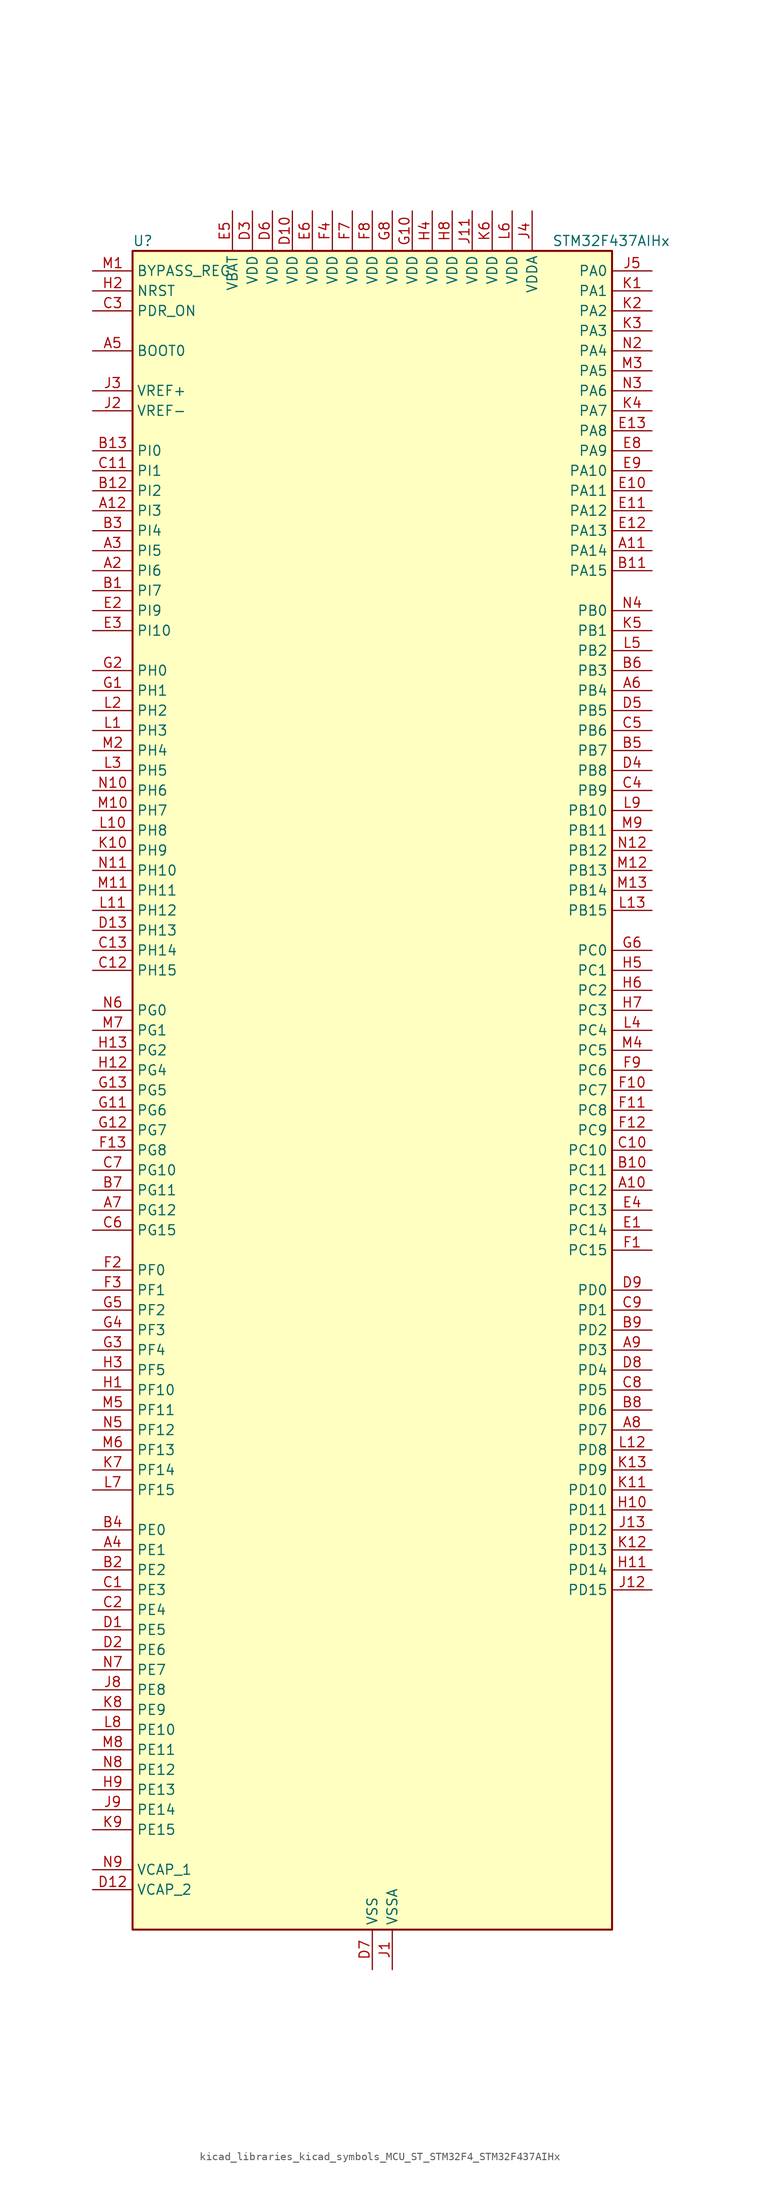
<source format=kicad_sym>
(kicad_symbol_lib
  (version 20220914)
  (generator kicad_symbol_editor)
  (symbol "kicad_libraries_kicad_symbols_MCU_ST_STM32F4_STM32F437AIHx"
    (property "Reference" "U"
      (at -30.48 107.95 0)
      (effects (font (size 1.27 1.27)) (justify left)))
    (property "Value" "STM32F437AIHx"
      (at 22.86 107.95 0)
      (effects (font (size 1.27 1.27)) (justify left)))
    (property "ki_locked" ""
      (at 0 0 0)
      (effects (font (size 1.27 1.27))))
    (symbol "kicad_libraries_kicad_symbols_MCU_ST_STM32F4_STM32F437AIHx_0_1"
      (rectangle (start -30.48 -106.68) (end 30.48 106.68) (stroke (width 0.254) (type default)) (fill (type background))))
    (symbol "kicad_libraries_kicad_symbols_MCU_ST_STM32F4_STM32F437AIHx_1_1"
      (pin no_connect line (at -30.48 -106.68 0) (length 5.08) hide (name "NC" (effects (font (size 1.27 1.27)))) (number "A1" (effects (font (size 1.27 1.27)))))
      (pin bidirectional line (at 35.56 -12.7 180) (length 5.08) (name "PC12" (effects (font (size 1.27 1.27)))) (number "A10" (effects (font (size 1.27 1.27)))) (alternate "DCMI_D9" bidirectional line) (alternate "I2S3_SD" bidirectional line) (alternate "SDIO_CK" bidirectional line) (alternate "SPI3_MOSI" bidirectional line) (alternate "UART5_TX" bidirectional line) (alternate "USART3_CK" bidirectional line))
      (pin bidirectional line (at 35.56 68.58 180) (length 5.08) (name "PA14" (effects (font (size 1.27 1.27)))) (number "A11" (effects (font (size 1.27 1.27)))) (alternate "SYS_JTCK-SWCLK" bidirectional line))
      (pin bidirectional line (at -35.56 73.66 0) (length 5.08) (name "PI3" (effects (font (size 1.27 1.27)))) (number "A12" (effects (font (size 1.27 1.27)))) (alternate "DCMI_D10" bidirectional line) (alternate "FMC_D27" bidirectional line) (alternate "I2S2_SD" bidirectional line) (alternate "SPI2_MOSI" bidirectional line) (alternate "TIM8_ETR" bidirectional line))
      (pin no_connect line (at -30.48 -104.14 0) (length 5.08) hide (name "NC" (effects (font (size 1.27 1.27)))) (number "A13" (effects (font (size 1.27 1.27)))))
      (pin bidirectional line (at -35.56 66.04 0) (length 5.08) (name "PI6" (effects (font (size 1.27 1.27)))) (number "A2" (effects (font (size 1.27 1.27)))) (alternate "DCMI_D6" bidirectional line) (alternate "FMC_D28" bidirectional line) (alternate "TIM8_CH2" bidirectional line))
      (pin bidirectional line (at -35.56 68.58 0) (length 5.08) (name "PI5" (effects (font (size 1.27 1.27)))) (number "A3" (effects (font (size 1.27 1.27)))) (alternate "DCMI_VSYNC" bidirectional line) (alternate "FMC_NBL3" bidirectional line) (alternate "TIM8_CH1" bidirectional line))
      (pin bidirectional line (at -35.56 -58.42 0) (length 5.08) (name "PE1" (effects (font (size 1.27 1.27)))) (number "A4" (effects (font (size 1.27 1.27)))) (alternate "DCMI_D3" bidirectional line) (alternate "FMC_NBL1" bidirectional line) (alternate "UART8_TX" bidirectional line))
      (pin input line (at -35.56 93.98 0) (length 5.08) (name "BOOT0" (effects (font (size 1.27 1.27)))) (number "A5" (effects (font (size 1.27 1.27)))))
      (pin bidirectional line (at 35.56 50.8 180) (length 5.08) (name "PB4" (effects (font (size 1.27 1.27)))) (number "A6" (effects (font (size 1.27 1.27)))) (alternate "I2S3_ext_SD" bidirectional line) (alternate "SPI1_MISO" bidirectional line) (alternate "SPI3_MISO" bidirectional line) (alternate "SYS_JTRST" bidirectional line) (alternate "TIM3_CH1" bidirectional line))
      (pin bidirectional line (at -35.56 -15.24 0) (length 5.08) (name "PG12" (effects (font (size 1.27 1.27)))) (number "A7" (effects (font (size 1.27 1.27)))) (alternate "FMC_NE4" bidirectional line) (alternate "USART6_RTS" bidirectional line))
      (pin bidirectional line (at 35.56 -43.18 180) (length 5.08) (name "PD7" (effects (font (size 1.27 1.27)))) (number "A8" (effects (font (size 1.27 1.27)))) (alternate "FMC_NCE2" bidirectional line) (alternate "FMC_NE1" bidirectional line) (alternate "USART2_CK" bidirectional line))
      (pin bidirectional line (at 35.56 -33.02 180) (length 5.08) (name "PD3" (effects (font (size 1.27 1.27)))) (number "A9" (effects (font (size 1.27 1.27)))) (alternate "DCMI_D5" bidirectional line) (alternate "FMC_CLK" bidirectional line) (alternate "I2S2_CK" bidirectional line) (alternate "SPI2_SCK" bidirectional line) (alternate "USART2_CTS" bidirectional line))
      (pin bidirectional line (at -35.56 63.5 0) (length 5.08) (name "PI7" (effects (font (size 1.27 1.27)))) (number "B1" (effects (font (size 1.27 1.27)))) (alternate "DCMI_D7" bidirectional line) (alternate "FMC_D29" bidirectional line) (alternate "TIM8_CH3" bidirectional line))
      (pin bidirectional line (at 35.56 -10.16 180) (length 5.08) (name "PC11" (effects (font (size 1.27 1.27)))) (number "B10" (effects (font (size 1.27 1.27)))) (alternate "ADC1_EXTI11" bidirectional line) (alternate "ADC2_EXTI11" bidirectional line) (alternate "ADC3_EXTI11" bidirectional line) (alternate "DCMI_D4" bidirectional line) (alternate "I2S3_ext_SD" bidirectional line) (alternate "SDIO_D3" bidirectional line) (alternate "SPI3_MISO" bidirectional line) (alternate "UART4_RX" bidirectional line) (alternate "USART3_RX" bidirectional line))
      (pin bidirectional line (at 35.56 66.04 180) (length 5.08) (name "PA15" (effects (font (size 1.27 1.27)))) (number "B11" (effects (font (size 1.27 1.27)))) (alternate "ADC1_EXTI15" bidirectional line) (alternate "ADC2_EXTI15" bidirectional line) (alternate "ADC3_EXTI15" bidirectional line) (alternate "I2S3_WS" bidirectional line) (alternate "SPI1_NSS" bidirectional line) (alternate "SPI3_NSS" bidirectional line) (alternate "SYS_JTDI" bidirectional line) (alternate "TIM2_CH1" bidirectional line) (alternate "TIM2_ETR" bidirectional line))
      (pin bidirectional line (at -35.56 76.2 0) (length 5.08) (name "PI2" (effects (font (size 1.27 1.27)))) (number "B12" (effects (font (size 1.27 1.27)))) (alternate "DCMI_D9" bidirectional line) (alternate "FMC_D26" bidirectional line) (alternate "I2S2_ext_SD" bidirectional line) (alternate "SPI2_MISO" bidirectional line) (alternate "TIM8_CH4" bidirectional line))
      (pin bidirectional line (at -35.56 81.28 0) (length 5.08) (name "PI0" (effects (font (size 1.27 1.27)))) (number "B13" (effects (font (size 1.27 1.27)))) (alternate "DCMI_D13" bidirectional line) (alternate "FMC_D24" bidirectional line) (alternate "I2S2_WS" bidirectional line) (alternate "SPI2_NSS" bidirectional line) (alternate "TIM5_CH4" bidirectional line))
      (pin bidirectional line (at -35.56 -60.96 0) (length 5.08) (name "PE2" (effects (font (size 1.27 1.27)))) (number "B2" (effects (font (size 1.27 1.27)))) (alternate "ETH_TXD3" bidirectional line) (alternate "FMC_A23" bidirectional line) (alternate "SAI1_MCLK_A" bidirectional line) (alternate "SPI4_SCK" bidirectional line) (alternate "SYS_TRACECLK" bidirectional line))
      (pin bidirectional line (at -35.56 71.12 0) (length 5.08) (name "PI4" (effects (font (size 1.27 1.27)))) (number "B3" (effects (font (size 1.27 1.27)))) (alternate "DCMI_D5" bidirectional line) (alternate "FMC_NBL2" bidirectional line) (alternate "TIM8_BKIN" bidirectional line))
      (pin bidirectional line (at -35.56 -55.88 0) (length 5.08) (name "PE0" (effects (font (size 1.27 1.27)))) (number "B4" (effects (font (size 1.27 1.27)))) (alternate "DCMI_D2" bidirectional line) (alternate "FMC_NBL0" bidirectional line) (alternate "TIM4_ETR" bidirectional line) (alternate "UART8_RX" bidirectional line))
      (pin bidirectional line (at 35.56 43.18 180) (length 5.08) (name "PB7" (effects (font (size 1.27 1.27)))) (number "B5" (effects (font (size 1.27 1.27)))) (alternate "DCMI_VSYNC" bidirectional line) (alternate "FMC_NL" bidirectional line) (alternate "I2C1_SDA" bidirectional line) (alternate "TIM4_CH2" bidirectional line) (alternate "USART1_RX" bidirectional line))
      (pin bidirectional line (at 35.56 53.34 180) (length 5.08) (name "PB3" (effects (font (size 1.27 1.27)))) (number "B6" (effects (font (size 1.27 1.27)))) (alternate "I2S3_CK" bidirectional line) (alternate "SPI1_SCK" bidirectional line) (alternate "SPI3_SCK" bidirectional line) (alternate "SYS_JTDO-SWO" bidirectional line) (alternate "TIM2_CH2" bidirectional line))
      (pin bidirectional line (at -35.56 -12.7 0) (length 5.08) (name "PG11" (effects (font (size 1.27 1.27)))) (number "B7" (effects (font (size 1.27 1.27)))) (alternate "ADC1_EXTI11" bidirectional line) (alternate "ADC2_EXTI11" bidirectional line) (alternate "ADC3_EXTI11" bidirectional line) (alternate "DCMI_D3" bidirectional line) (alternate "ETH_TX_EN" bidirectional line))
      (pin bidirectional line (at 35.56 -40.64 180) (length 5.08) (name "PD6" (effects (font (size 1.27 1.27)))) (number "B8" (effects (font (size 1.27 1.27)))) (alternate "DCMI_D10" bidirectional line) (alternate "FMC_NWAIT" bidirectional line) (alternate "I2S3_SD" bidirectional line) (alternate "SAI1_SD_A" bidirectional line) (alternate "SPI3_MOSI" bidirectional line) (alternate "USART2_RX" bidirectional line))
      (pin bidirectional line (at 35.56 -30.48 180) (length 5.08) (name "PD2" (effects (font (size 1.27 1.27)))) (number "B9" (effects (font (size 1.27 1.27)))) (alternate "DCMI_D11" bidirectional line) (alternate "SDIO_CMD" bidirectional line) (alternate "TIM3_ETR" bidirectional line) (alternate "UART5_RX" bidirectional line))
      (pin bidirectional line (at -35.56 -63.5 0) (length 5.08) (name "PE3" (effects (font (size 1.27 1.27)))) (number "C1" (effects (font (size 1.27 1.27)))) (alternate "FMC_A19" bidirectional line) (alternate "SAI1_SD_B" bidirectional line) (alternate "SYS_TRACED0" bidirectional line))
      (pin bidirectional line (at 35.56 -7.62 180) (length 5.08) (name "PC10" (effects (font (size 1.27 1.27)))) (number "C10" (effects (font (size 1.27 1.27)))) (alternate "DCMI_D8" bidirectional line) (alternate "I2S3_CK" bidirectional line) (alternate "SDIO_D2" bidirectional line) (alternate "SPI3_SCK" bidirectional line) (alternate "UART4_TX" bidirectional line) (alternate "USART3_TX" bidirectional line))
      (pin bidirectional line (at -35.56 78.74 0) (length 5.08) (name "PI1" (effects (font (size 1.27 1.27)))) (number "C11" (effects (font (size 1.27 1.27)))) (alternate "DCMI_D8" bidirectional line) (alternate "FMC_D25" bidirectional line) (alternate "I2S2_CK" bidirectional line) (alternate "SPI2_SCK" bidirectional line))
      (pin bidirectional line (at -35.56 15.24 0) (length 5.08) (name "PH15" (effects (font (size 1.27 1.27)))) (number "C12" (effects (font (size 1.27 1.27)))) (alternate "ADC1_EXTI15" bidirectional line) (alternate "ADC2_EXTI15" bidirectional line) (alternate "ADC3_EXTI15" bidirectional line) (alternate "DCMI_D11" bidirectional line) (alternate "FMC_D23" bidirectional line) (alternate "TIM8_CH3N" bidirectional line))
      (pin bidirectional line (at -35.56 17.78 0) (length 5.08) (name "PH14" (effects (font (size 1.27 1.27)))) (number "C13" (effects (font (size 1.27 1.27)))) (alternate "DCMI_D4" bidirectional line) (alternate "FMC_D22" bidirectional line) (alternate "TIM8_CH2N" bidirectional line))
      (pin bidirectional line (at -35.56 -66.04 0) (length 5.08) (name "PE4" (effects (font (size 1.27 1.27)))) (number "C2" (effects (font (size 1.27 1.27)))) (alternate "DCMI_D4" bidirectional line) (alternate "FMC_A20" bidirectional line) (alternate "SAI1_FS_A" bidirectional line) (alternate "SPI4_NSS" bidirectional line) (alternate "SYS_TRACED1" bidirectional line))
      (pin input line (at -35.56 99.06 0) (length 5.08) (name "PDR_ON" (effects (font (size 1.27 1.27)))) (number "C3" (effects (font (size 1.27 1.27)))))
      (pin bidirectional line (at 35.56 38.1 180) (length 5.08) (name "PB9" (effects (font (size 1.27 1.27)))) (number "C4" (effects (font (size 1.27 1.27)))) (alternate "CAN1_TX" bidirectional line) (alternate "DAC_EXTI9" bidirectional line) (alternate "DCMI_D7" bidirectional line) (alternate "I2C1_SDA" bidirectional line) (alternate "I2S2_WS" bidirectional line) (alternate "SDIO_D5" bidirectional line) (alternate "SPI2_NSS" bidirectional line) (alternate "TIM11_CH1" bidirectional line) (alternate "TIM4_CH4" bidirectional line))
      (pin bidirectional line (at 35.56 45.72 180) (length 5.08) (name "PB6" (effects (font (size 1.27 1.27)))) (number "C5" (effects (font (size 1.27 1.27)))) (alternate "CAN2_TX" bidirectional line) (alternate "DCMI_D5" bidirectional line) (alternate "FMC_SDNE1" bidirectional line) (alternate "I2C1_SCL" bidirectional line) (alternate "TIM4_CH1" bidirectional line) (alternate "USART1_TX" bidirectional line))
      (pin bidirectional line (at -35.56 -17.78 0) (length 5.08) (name "PG15" (effects (font (size 1.27 1.27)))) (number "C6" (effects (font (size 1.27 1.27)))) (alternate "ADC1_EXTI15" bidirectional line) (alternate "ADC2_EXTI15" bidirectional line) (alternate "ADC3_EXTI15" bidirectional line) (alternate "DCMI_D13" bidirectional line) (alternate "FMC_SDNCAS" bidirectional line) (alternate "USART6_CTS" bidirectional line))
      (pin bidirectional line (at -35.56 -10.16 0) (length 5.08) (name "PG10" (effects (font (size 1.27 1.27)))) (number "C7" (effects (font (size 1.27 1.27)))) (alternate "DCMI_D2" bidirectional line) (alternate "FMC_NE3" bidirectional line))
      (pin bidirectional line (at 35.56 -38.1 180) (length 5.08) (name "PD5" (effects (font (size 1.27 1.27)))) (number "C8" (effects (font (size 1.27 1.27)))) (alternate "FMC_NWE" bidirectional line) (alternate "USART2_TX" bidirectional line))
      (pin bidirectional line (at 35.56 -27.94 180) (length 5.08) (name "PD1" (effects (font (size 1.27 1.27)))) (number "C9" (effects (font (size 1.27 1.27)))) (alternate "CAN1_TX" bidirectional line) (alternate "FMC_D3" bidirectional line) (alternate "FMC_DA3" bidirectional line))
      (pin bidirectional line (at -35.56 -68.58 0) (length 5.08) (name "PE5" (effects (font (size 1.27 1.27)))) (number "D1" (effects (font (size 1.27 1.27)))) (alternate "DCMI_D6" bidirectional line) (alternate "FMC_A21" bidirectional line) (alternate "SAI1_SCK_A" bidirectional line) (alternate "SPI4_MISO" bidirectional line) (alternate "SYS_TRACED2" bidirectional line) (alternate "TIM9_CH1" bidirectional line))
      (pin power_in line (at -10.16 111.76 270) (length 5.08) (name "VDD" (effects (font (size 1.27 1.27)))) (number "D10" (effects (font (size 1.27 1.27)))))
      (pin passive line (at 0 -111.76 90) (length 5.08) hide (name "VSS" (effects (font (size 1.27 1.27)))) (number "D11" (effects (font (size 1.27 1.27)))))
      (pin power_out line (at -35.56 -101.6 0) (length 5.08) (name "VCAP_2" (effects (font (size 1.27 1.27)))) (number "D12" (effects (font (size 1.27 1.27)))))
      (pin bidirectional line (at -35.56 20.32 0) (length 5.08) (name "PH13" (effects (font (size 1.27 1.27)))) (number "D13" (effects (font (size 1.27 1.27)))) (alternate "CAN1_TX" bidirectional line) (alternate "FMC_D21" bidirectional line) (alternate "TIM8_CH1N" bidirectional line))
      (pin bidirectional line (at -35.56 -71.12 0) (length 5.08) (name "PE6" (effects (font (size 1.27 1.27)))) (number "D2" (effects (font (size 1.27 1.27)))) (alternate "DCMI_D7" bidirectional line) (alternate "FMC_A22" bidirectional line) (alternate "SAI1_SD_A" bidirectional line) (alternate "SPI4_MOSI" bidirectional line) (alternate "SYS_TRACED3" bidirectional line) (alternate "TIM9_CH2" bidirectional line))
      (pin power_in line (at -15.24 111.76 270) (length 5.08) (name "VDD" (effects (font (size 1.27 1.27)))) (number "D3" (effects (font (size 1.27 1.27)))))
      (pin bidirectional line (at 35.56 40.64 180) (length 5.08) (name "PB8" (effects (font (size 1.27 1.27)))) (number "D4" (effects (font (size 1.27 1.27)))) (alternate "CAN1_RX" bidirectional line) (alternate "DCMI_D6" bidirectional line) (alternate "ETH_TXD3" bidirectional line) (alternate "I2C1_SCL" bidirectional line) (alternate "SDIO_D4" bidirectional line) (alternate "TIM10_CH1" bidirectional line) (alternate "TIM4_CH3" bidirectional line))
      (pin bidirectional line (at 35.56 48.26 180) (length 5.08) (name "PB5" (effects (font (size 1.27 1.27)))) (number "D5" (effects (font (size 1.27 1.27)))) (alternate "CAN2_RX" bidirectional line) (alternate "DCMI_D10" bidirectional line) (alternate "ETH_PPS_OUT" bidirectional line) (alternate "FMC_SDCKE1" bidirectional line) (alternate "I2C1_SMBA" bidirectional line) (alternate "I2S3_SD" bidirectional line) (alternate "SPI1_MOSI" bidirectional line) (alternate "SPI3_MOSI" bidirectional line) (alternate "TIM3_CH2" bidirectional line) (alternate "USB_OTG_HS_ULPI_D7" bidirectional line))
      (pin power_in line (at -12.7 111.76 270) (length 5.08) (name "VDD" (effects (font (size 1.27 1.27)))) (number "D6" (effects (font (size 1.27 1.27)))))
      (pin power_in line (at 0 -111.76 90) (length 5.08) (name "VSS" (effects (font (size 1.27 1.27)))) (number "D7" (effects (font (size 1.27 1.27)))))
      (pin bidirectional line (at 35.56 -35.56 180) (length 5.08) (name "PD4" (effects (font (size 1.27 1.27)))) (number "D8" (effects (font (size 1.27 1.27)))) (alternate "FMC_NOE" bidirectional line) (alternate "USART2_RTS" bidirectional line))
      (pin bidirectional line (at 35.56 -25.4 180) (length 5.08) (name "PD0" (effects (font (size 1.27 1.27)))) (number "D9" (effects (font (size 1.27 1.27)))) (alternate "CAN1_RX" bidirectional line) (alternate "FMC_D2" bidirectional line) (alternate "FMC_DA2" bidirectional line))
      (pin bidirectional line (at 35.56 -17.78 180) (length 5.08) (name "PC14" (effects (font (size 1.27 1.27)))) (number "E1" (effects (font (size 1.27 1.27)))) (alternate "RCC_OSC32_IN" bidirectional line))
      (pin bidirectional line (at 35.56 76.2 180) (length 5.08) (name "PA11" (effects (font (size 1.27 1.27)))) (number "E10" (effects (font (size 1.27 1.27)))) (alternate "ADC1_EXTI11" bidirectional line) (alternate "ADC2_EXTI11" bidirectional line) (alternate "ADC3_EXTI11" bidirectional line) (alternate "CAN1_RX" bidirectional line) (alternate "TIM1_CH4" bidirectional line) (alternate "USART1_CTS" bidirectional line) (alternate "USB_OTG_FS_DM" bidirectional line))
      (pin bidirectional line (at 35.56 73.66 180) (length 5.08) (name "PA12" (effects (font (size 1.27 1.27)))) (number "E11" (effects (font (size 1.27 1.27)))) (alternate "CAN1_TX" bidirectional line) (alternate "TIM1_ETR" bidirectional line) (alternate "USART1_RTS" bidirectional line) (alternate "USB_OTG_FS_DP" bidirectional line))
      (pin bidirectional line (at 35.56 71.12 180) (length 5.08) (name "PA13" (effects (font (size 1.27 1.27)))) (number "E12" (effects (font (size 1.27 1.27)))) (alternate "SYS_JTMS-SWDIO" bidirectional line))
      (pin bidirectional line (at 35.56 83.82 180) (length 5.08) (name "PA8" (effects (font (size 1.27 1.27)))) (number "E13" (effects (font (size 1.27 1.27)))) (alternate "I2C3_SCL" bidirectional line) (alternate "RCC_MCO_1" bidirectional line) (alternate "TIM1_CH1" bidirectional line) (alternate "USART1_CK" bidirectional line) (alternate "USB_OTG_FS_SOF" bidirectional line))
      (pin bidirectional line (at -35.56 60.96 0) (length 5.08) (name "PI9" (effects (font (size 1.27 1.27)))) (number "E2" (effects (font (size 1.27 1.27)))) (alternate "CAN1_RX" bidirectional line) (alternate "DAC_EXTI9" bidirectional line) (alternate "FMC_D30" bidirectional line))
      (pin bidirectional line (at -35.56 58.42 0) (length 5.08) (name "PI10" (effects (font (size 1.27 1.27)))) (number "E3" (effects (font (size 1.27 1.27)))) (alternate "ETH_RX_ER" bidirectional line) (alternate "FMC_D31" bidirectional line))
      (pin bidirectional line (at 35.56 -15.24 180) (length 5.08) (name "PC13" (effects (font (size 1.27 1.27)))) (number "E4" (effects (font (size 1.27 1.27)))) (alternate "RTC_AF1" bidirectional line))
      (pin power_in line (at -17.78 111.76 270) (length 5.08) (name "VBAT" (effects (font (size 1.27 1.27)))) (number "E5" (effects (font (size 1.27 1.27)))))
      (pin power_in line (at -7.62 111.76 270) (length 5.08) (name "VDD" (effects (font (size 1.27 1.27)))) (number "E6" (effects (font (size 1.27 1.27)))))
      (pin passive line (at 0 -111.76 90) (length 5.08) hide (name "VSS" (effects (font (size 1.27 1.27)))) (number "E7" (effects (font (size 1.27 1.27)))))
      (pin bidirectional line (at 35.56 81.28 180) (length 5.08) (name "PA9" (effects (font (size 1.27 1.27)))) (number "E8" (effects (font (size 1.27 1.27)))) (alternate "DAC_EXTI9" bidirectional line) (alternate "DCMI_D0" bidirectional line) (alternate "I2C3_SMBA" bidirectional line) (alternate "TIM1_CH2" bidirectional line) (alternate "USART1_TX" bidirectional line) (alternate "USB_OTG_FS_VBUS" bidirectional line))
      (pin bidirectional line (at 35.56 78.74 180) (length 5.08) (name "PA10" (effects (font (size 1.27 1.27)))) (number "E9" (effects (font (size 1.27 1.27)))) (alternate "DCMI_D1" bidirectional line) (alternate "TIM1_CH3" bidirectional line) (alternate "USART1_RX" bidirectional line) (alternate "USB_OTG_FS_ID" bidirectional line))
      (pin bidirectional line (at 35.56 -20.32 180) (length 5.08) (name "PC15" (effects (font (size 1.27 1.27)))) (number "F1" (effects (font (size 1.27 1.27)))) (alternate "ADC1_EXTI15" bidirectional line) (alternate "ADC2_EXTI15" bidirectional line) (alternate "ADC3_EXTI15" bidirectional line) (alternate "RCC_OSC32_OUT" bidirectional line))
      (pin bidirectional line (at 35.56 0 180) (length 5.08) (name "PC7" (effects (font (size 1.27 1.27)))) (number "F10" (effects (font (size 1.27 1.27)))) (alternate "DCMI_D1" bidirectional line) (alternate "I2S3_MCK" bidirectional line) (alternate "SDIO_D7" bidirectional line) (alternate "TIM3_CH2" bidirectional line) (alternate "TIM8_CH2" bidirectional line) (alternate "USART6_RX" bidirectional line))
      (pin bidirectional line (at 35.56 -2.54 180) (length 5.08) (name "PC8" (effects (font (size 1.27 1.27)))) (number "F11" (effects (font (size 1.27 1.27)))) (alternate "DCMI_D2" bidirectional line) (alternate "SDIO_D0" bidirectional line) (alternate "TIM3_CH3" bidirectional line) (alternate "TIM8_CH3" bidirectional line) (alternate "USART6_CK" bidirectional line))
      (pin bidirectional line (at 35.56 -5.08 180) (length 5.08) (name "PC9" (effects (font (size 1.27 1.27)))) (number "F12" (effects (font (size 1.27 1.27)))) (alternate "DAC_EXTI9" bidirectional line) (alternate "DCMI_D3" bidirectional line) (alternate "I2C3_SDA" bidirectional line) (alternate "I2S_CKIN" bidirectional line) (alternate "RCC_MCO_2" bidirectional line) (alternate "SDIO_D1" bidirectional line) (alternate "TIM3_CH4" bidirectional line) (alternate "TIM8_CH4" bidirectional line))
      (pin bidirectional line (at -35.56 -7.62 0) (length 5.08) (name "PG8" (effects (font (size 1.27 1.27)))) (number "F13" (effects (font (size 1.27 1.27)))) (alternate "ETH_PPS_OUT" bidirectional line) (alternate "FMC_SDCLK" bidirectional line) (alternate "USART6_RTS" bidirectional line))
      (pin bidirectional line (at -35.56 -22.86 0) (length 5.08) (name "PF0" (effects (font (size 1.27 1.27)))) (number "F2" (effects (font (size 1.27 1.27)))) (alternate "FMC_A0" bidirectional line) (alternate "I2C2_SDA" bidirectional line))
      (pin bidirectional line (at -35.56 -25.4 0) (length 5.08) (name "PF1" (effects (font (size 1.27 1.27)))) (number "F3" (effects (font (size 1.27 1.27)))) (alternate "FMC_A1" bidirectional line) (alternate "I2C2_SCL" bidirectional line))
      (pin power_in line (at -5.08 111.76 270) (length 5.08) (name "VDD" (effects (font (size 1.27 1.27)))) (number "F4" (effects (font (size 1.27 1.27)))))
      (pin passive line (at 0 -111.76 90) (length 5.08) hide (name "VSS" (effects (font (size 1.27 1.27)))) (number "F5" (effects (font (size 1.27 1.27)))))
      (pin passive line (at 0 -111.76 90) (length 5.08) hide (name "VSS" (effects (font (size 1.27 1.27)))) (number "F6" (effects (font (size 1.27 1.27)))))
      (pin power_in line (at -2.54 111.76 270) (length 5.08) (name "VDD" (effects (font (size 1.27 1.27)))) (number "F7" (effects (font (size 1.27 1.27)))))
      (pin power_in line (at 0 111.76 270) (length 5.08) (name "VDD" (effects (font (size 1.27 1.27)))) (number "F8" (effects (font (size 1.27 1.27)))))
      (pin bidirectional line (at 35.56 2.54 180) (length 5.08) (name "PC6" (effects (font (size 1.27 1.27)))) (number "F9" (effects (font (size 1.27 1.27)))) (alternate "DCMI_D0" bidirectional line) (alternate "I2S2_MCK" bidirectional line) (alternate "SDIO_D6" bidirectional line) (alternate "TIM3_CH1" bidirectional line) (alternate "TIM8_CH1" bidirectional line) (alternate "USART6_TX" bidirectional line))
      (pin bidirectional line (at -35.56 50.8 0) (length 5.08) (name "PH1" (effects (font (size 1.27 1.27)))) (number "G1" (effects (font (size 1.27 1.27)))) (alternate "RCC_OSC_OUT" bidirectional line))
      (pin power_in line (at 5.08 111.76 270) (length 5.08) (name "VDD" (effects (font (size 1.27 1.27)))) (number "G10" (effects (font (size 1.27 1.27)))))
      (pin bidirectional line (at -35.56 -2.54 0) (length 5.08) (name "PG6" (effects (font (size 1.27 1.27)))) (number "G11" (effects (font (size 1.27 1.27)))) (alternate "DCMI_D12" bidirectional line) (alternate "FMC_INT2" bidirectional line))
      (pin bidirectional line (at -35.56 -5.08 0) (length 5.08) (name "PG7" (effects (font (size 1.27 1.27)))) (number "G12" (effects (font (size 1.27 1.27)))) (alternate "DCMI_D13" bidirectional line) (alternate "USART6_CK" bidirectional line))
      (pin bidirectional line (at -35.56 0 0) (length 5.08) (name "PG5" (effects (font (size 1.27 1.27)))) (number "G13" (effects (font (size 1.27 1.27)))) (alternate "FMC_A15" bidirectional line) (alternate "FMC_BA1" bidirectional line))
      (pin bidirectional line (at -35.56 53.34 0) (length 5.08) (name "PH0" (effects (font (size 1.27 1.27)))) (number "G2" (effects (font (size 1.27 1.27)))) (alternate "RCC_OSC_IN" bidirectional line))
      (pin bidirectional line (at -35.56 -33.02 0) (length 5.08) (name "PF4" (effects (font (size 1.27 1.27)))) (number "G3" (effects (font (size 1.27 1.27)))) (alternate "ADC3_IN14" bidirectional line) (alternate "FMC_A4" bidirectional line))
      (pin bidirectional line (at -35.56 -30.48 0) (length 5.08) (name "PF3" (effects (font (size 1.27 1.27)))) (number "G4" (effects (font (size 1.27 1.27)))) (alternate "ADC3_IN9" bidirectional line) (alternate "FMC_A3" bidirectional line))
      (pin bidirectional line (at -35.56 -27.94 0) (length 5.08) (name "PF2" (effects (font (size 1.27 1.27)))) (number "G5" (effects (font (size 1.27 1.27)))) (alternate "FMC_A2" bidirectional line) (alternate "I2C2_SMBA" bidirectional line))
      (pin bidirectional line (at 35.56 17.78 180) (length 5.08) (name "PC0" (effects (font (size 1.27 1.27)))) (number "G6" (effects (font (size 1.27 1.27)))) (alternate "ADC1_IN10" bidirectional line) (alternate "ADC2_IN10" bidirectional line) (alternate "ADC3_IN10" bidirectional line) (alternate "FMC_SDNWE" bidirectional line) (alternate "USB_OTG_HS_ULPI_STP" bidirectional line))
      (pin passive line (at 0 -111.76 90) (length 5.08) hide (name "VSS" (effects (font (size 1.27 1.27)))) (number "G7" (effects (font (size 1.27 1.27)))))
      (pin power_in line (at 2.54 111.76 270) (length 5.08) (name "VDD" (effects (font (size 1.27 1.27)))) (number "G8" (effects (font (size 1.27 1.27)))))
      (pin passive line (at 0 -111.76 90) (length 5.08) hide (name "VSS" (effects (font (size 1.27 1.27)))) (number "G9" (effects (font (size 1.27 1.27)))))
      (pin bidirectional line (at -35.56 -38.1 0) (length 5.08) (name "PF10" (effects (font (size 1.27 1.27)))) (number "H1" (effects (font (size 1.27 1.27)))) (alternate "ADC3_IN8" bidirectional line) (alternate "DCMI_D11" bidirectional line))
      (pin bidirectional line (at 35.56 -53.34 180) (length 5.08) (name "PD11" (effects (font (size 1.27 1.27)))) (number "H10" (effects (font (size 1.27 1.27)))) (alternate "ADC1_EXTI11" bidirectional line) (alternate "ADC2_EXTI11" bidirectional line) (alternate "ADC3_EXTI11" bidirectional line) (alternate "FMC_A16" bidirectional line) (alternate "FMC_CLE" bidirectional line) (alternate "USART3_CTS" bidirectional line))
      (pin bidirectional line (at 35.56 -60.96 180) (length 5.08) (name "PD14" (effects (font (size 1.27 1.27)))) (number "H11" (effects (font (size 1.27 1.27)))) (alternate "FMC_D0" bidirectional line) (alternate "FMC_DA0" bidirectional line) (alternate "TIM4_CH3" bidirectional line))
      (pin bidirectional line (at -35.56 2.54 0) (length 5.08) (name "PG4" (effects (font (size 1.27 1.27)))) (number "H12" (effects (font (size 1.27 1.27)))) (alternate "FMC_A14" bidirectional line) (alternate "FMC_BA0" bidirectional line))
      (pin bidirectional line (at -35.56 5.08 0) (length 5.08) (name "PG2" (effects (font (size 1.27 1.27)))) (number "H13" (effects (font (size 1.27 1.27)))) (alternate "FMC_A12" bidirectional line))
      (pin input line (at -35.56 101.6 0) (length 5.08) (name "NRST" (effects (font (size 1.27 1.27)))) (number "H2" (effects (font (size 1.27 1.27)))))
      (pin bidirectional line (at -35.56 -35.56 0) (length 5.08) (name "PF5" (effects (font (size 1.27 1.27)))) (number "H3" (effects (font (size 1.27 1.27)))) (alternate "ADC3_IN15" bidirectional line) (alternate "FMC_A5" bidirectional line))
      (pin power_in line (at 7.62 111.76 270) (length 5.08) (name "VDD" (effects (font (size 1.27 1.27)))) (number "H4" (effects (font (size 1.27 1.27)))))
      (pin bidirectional line (at 35.56 15.24 180) (length 5.08) (name "PC1" (effects (font (size 1.27 1.27)))) (number "H5" (effects (font (size 1.27 1.27)))) (alternate "ADC1_IN11" bidirectional line) (alternate "ADC2_IN11" bidirectional line) (alternate "ADC3_IN11" bidirectional line) (alternate "ETH_MDC" bidirectional line))
      (pin bidirectional line (at 35.56 12.7 180) (length 5.08) (name "PC2" (effects (font (size 1.27 1.27)))) (number "H6" (effects (font (size 1.27 1.27)))) (alternate "ADC1_IN12" bidirectional line) (alternate "ADC2_IN12" bidirectional line) (alternate "ADC3_IN12" bidirectional line) (alternate "ETH_TXD2" bidirectional line) (alternate "FMC_SDNE0" bidirectional line) (alternate "I2S2_ext_SD" bidirectional line) (alternate "SPI2_MISO" bidirectional line) (alternate "USB_OTG_HS_ULPI_DIR" bidirectional line))
      (pin bidirectional line (at 35.56 10.16 180) (length 5.08) (name "PC3" (effects (font (size 1.27 1.27)))) (number "H7" (effects (font (size 1.27 1.27)))) (alternate "ADC1_IN13" bidirectional line) (alternate "ADC2_IN13" bidirectional line) (alternate "ADC3_IN13" bidirectional line) (alternate "ETH_TX_CLK" bidirectional line) (alternate "FMC_SDCKE0" bidirectional line) (alternate "I2S2_SD" bidirectional line) (alternate "SPI2_MOSI" bidirectional line) (alternate "USB_OTG_HS_ULPI_NXT" bidirectional line))
      (pin power_in line (at 10.16 111.76 270) (length 5.08) (name "VDD" (effects (font (size 1.27 1.27)))) (number "H8" (effects (font (size 1.27 1.27)))))
      (pin bidirectional line (at -35.56 -88.9 0) (length 5.08) (name "PE13" (effects (font (size 1.27 1.27)))) (number "H9" (effects (font (size 1.27 1.27)))) (alternate "FMC_D10" bidirectional line) (alternate "FMC_DA10" bidirectional line) (alternate "SPI4_MISO" bidirectional line) (alternate "TIM1_CH3" bidirectional line))
      (pin power_in line (at 2.54 -111.76 90) (length 5.08) (name "VSSA" (effects (font (size 1.27 1.27)))) (number "J1" (effects (font (size 1.27 1.27)))))
      (pin passive line (at 0 -111.76 90) (length 5.08) hide (name "VSS" (effects (font (size 1.27 1.27)))) (number "J10" (effects (font (size 1.27 1.27)))))
      (pin power_in line (at 12.7 111.76 270) (length 5.08) (name "VDD" (effects (font (size 1.27 1.27)))) (number "J11" (effects (font (size 1.27 1.27)))))
      (pin bidirectional line (at 35.56 -63.5 180) (length 5.08) (name "PD15" (effects (font (size 1.27 1.27)))) (number "J12" (effects (font (size 1.27 1.27)))) (alternate "ADC1_EXTI15" bidirectional line) (alternate "ADC2_EXTI15" bidirectional line) (alternate "ADC3_EXTI15" bidirectional line) (alternate "FMC_D1" bidirectional line) (alternate "FMC_DA1" bidirectional line) (alternate "TIM4_CH4" bidirectional line))
      (pin bidirectional line (at 35.56 -55.88 180) (length 5.08) (name "PD12" (effects (font (size 1.27 1.27)))) (number "J13" (effects (font (size 1.27 1.27)))) (alternate "FMC_A17" bidirectional line) (alternate "FMC_ALE" bidirectional line) (alternate "TIM4_CH1" bidirectional line) (alternate "USART3_RTS" bidirectional line))
      (pin input line (at -35.56 86.36 0) (length 5.08) (name "VREF-" (effects (font (size 1.27 1.27)))) (number "J2" (effects (font (size 1.27 1.27)))))
      (pin input line (at -35.56 88.9 0) (length 5.08) (name "VREF+" (effects (font (size 1.27 1.27)))) (number "J3" (effects (font (size 1.27 1.27)))))
      (pin power_in line (at 20.32 111.76 270) (length 5.08) (name "VDDA" (effects (font (size 1.27 1.27)))) (number "J4" (effects (font (size 1.27 1.27)))))
      (pin bidirectional line (at 35.56 104.14 180) (length 5.08) (name "PA0" (effects (font (size 1.27 1.27)))) (number "J5" (effects (font (size 1.27 1.27)))) (alternate "ADC1_IN0" bidirectional line) (alternate "ADC2_IN0" bidirectional line) (alternate "ADC3_IN0" bidirectional line) (alternate "ETH_CRS" bidirectional line) (alternate "SYS_WKUP" bidirectional line) (alternate "TIM2_CH1" bidirectional line) (alternate "TIM2_ETR" bidirectional line) (alternate "TIM5_CH1" bidirectional line) (alternate "TIM8_ETR" bidirectional line) (alternate "UART4_TX" bidirectional line) (alternate "USART2_CTS" bidirectional line))
      (pin passive line (at 0 -111.76 90) (length 5.08) hide (name "VSS" (effects (font (size 1.27 1.27)))) (number "J6" (effects (font (size 1.27 1.27)))))
      (pin passive line (at 0 -111.76 90) (length 5.08) hide (name "VSS" (effects (font (size 1.27 1.27)))) (number "J7" (effects (font (size 1.27 1.27)))))
      (pin bidirectional line (at -35.56 -76.2 0) (length 5.08) (name "PE8" (effects (font (size 1.27 1.27)))) (number "J8" (effects (font (size 1.27 1.27)))) (alternate "FMC_D5" bidirectional line) (alternate "FMC_DA5" bidirectional line) (alternate "TIM1_CH1N" bidirectional line) (alternate "UART7_TX" bidirectional line))
      (pin bidirectional line (at -35.56 -91.44 0) (length 5.08) (name "PE14" (effects (font (size 1.27 1.27)))) (number "J9" (effects (font (size 1.27 1.27)))) (alternate "FMC_D11" bidirectional line) (alternate "FMC_DA11" bidirectional line) (alternate "SPI4_MOSI" bidirectional line) (alternate "TIM1_CH4" bidirectional line))
      (pin bidirectional line (at 35.56 101.6 180) (length 5.08) (name "PA1" (effects (font (size 1.27 1.27)))) (number "K1" (effects (font (size 1.27 1.27)))) (alternate "ADC1_IN1" bidirectional line) (alternate "ADC2_IN1" bidirectional line) (alternate "ADC3_IN1" bidirectional line) (alternate "ETH_REF_CLK" bidirectional line) (alternate "ETH_RX_CLK" bidirectional line) (alternate "TIM2_CH2" bidirectional line) (alternate "TIM5_CH2" bidirectional line) (alternate "UART4_RX" bidirectional line) (alternate "USART2_RTS" bidirectional line))
      (pin bidirectional line (at -35.56 30.48 0) (length 5.08) (name "PH9" (effects (font (size 1.27 1.27)))) (number "K10" (effects (font (size 1.27 1.27)))) (alternate "DAC_EXTI9" bidirectional line) (alternate "DCMI_D0" bidirectional line) (alternate "FMC_D17" bidirectional line) (alternate "I2C3_SMBA" bidirectional line) (alternate "TIM12_CH2" bidirectional line))
      (pin bidirectional line (at 35.56 -50.8 180) (length 5.08) (name "PD10" (effects (font (size 1.27 1.27)))) (number "K11" (effects (font (size 1.27 1.27)))) (alternate "FMC_D15" bidirectional line) (alternate "FMC_DA15" bidirectional line) (alternate "USART3_CK" bidirectional line))
      (pin bidirectional line (at 35.56 -58.42 180) (length 5.08) (name "PD13" (effects (font (size 1.27 1.27)))) (number "K12" (effects (font (size 1.27 1.27)))) (alternate "FMC_A18" bidirectional line) (alternate "TIM4_CH2" bidirectional line))
      (pin bidirectional line (at 35.56 -48.26 180) (length 5.08) (name "PD9" (effects (font (size 1.27 1.27)))) (number "K13" (effects (font (size 1.27 1.27)))) (alternate "DAC_EXTI9" bidirectional line) (alternate "FMC_D14" bidirectional line) (alternate "FMC_DA14" bidirectional line) (alternate "USART3_RX" bidirectional line))
      (pin bidirectional line (at 35.56 99.06 180) (length 5.08) (name "PA2" (effects (font (size 1.27 1.27)))) (number "K2" (effects (font (size 1.27 1.27)))) (alternate "ADC1_IN2" bidirectional line) (alternate "ADC2_IN2" bidirectional line) (alternate "ADC3_IN2" bidirectional line) (alternate "ETH_MDIO" bidirectional line) (alternate "TIM2_CH3" bidirectional line) (alternate "TIM5_CH3" bidirectional line) (alternate "TIM9_CH1" bidirectional line) (alternate "USART2_TX" bidirectional line))
      (pin bidirectional line (at 35.56 96.52 180) (length 5.08) (name "PA3" (effects (font (size 1.27 1.27)))) (number "K3" (effects (font (size 1.27 1.27)))) (alternate "ADC1_IN3" bidirectional line) (alternate "ADC2_IN3" bidirectional line) (alternate "ADC3_IN3" bidirectional line) (alternate "ETH_COL" bidirectional line) (alternate "TIM2_CH4" bidirectional line) (alternate "TIM5_CH4" bidirectional line) (alternate "TIM9_CH2" bidirectional line) (alternate "USART2_RX" bidirectional line) (alternate "USB_OTG_HS_ULPI_D0" bidirectional line))
      (pin bidirectional line (at 35.56 86.36 180) (length 5.08) (name "PA7" (effects (font (size 1.27 1.27)))) (number "K4" (effects (font (size 1.27 1.27)))) (alternate "ADC1_IN7" bidirectional line) (alternate "ADC2_IN7" bidirectional line) (alternate "ETH_CRS_DV" bidirectional line) (alternate "ETH_RX_DV" bidirectional line) (alternate "SPI1_MOSI" bidirectional line) (alternate "TIM14_CH1" bidirectional line) (alternate "TIM1_CH1N" bidirectional line) (alternate "TIM3_CH2" bidirectional line) (alternate "TIM8_CH1N" bidirectional line))
      (pin bidirectional line (at 35.56 58.42 180) (length 5.08) (name "PB1" (effects (font (size 1.27 1.27)))) (number "K5" (effects (font (size 1.27 1.27)))) (alternate "ADC1_IN9" bidirectional line) (alternate "ADC2_IN9" bidirectional line) (alternate "ETH_RXD3" bidirectional line) (alternate "TIM1_CH3N" bidirectional line) (alternate "TIM3_CH4" bidirectional line) (alternate "TIM8_CH3N" bidirectional line) (alternate "USB_OTG_HS_ULPI_D2" bidirectional line))
      (pin power_in line (at 15.24 111.76 270) (length 5.08) (name "VDD" (effects (font (size 1.27 1.27)))) (number "K6" (effects (font (size 1.27 1.27)))))
      (pin bidirectional line (at -35.56 -48.26 0) (length 5.08) (name "PF14" (effects (font (size 1.27 1.27)))) (number "K7" (effects (font (size 1.27 1.27)))) (alternate "FMC_A8" bidirectional line))
      (pin bidirectional line (at -35.56 -78.74 0) (length 5.08) (name "PE9" (effects (font (size 1.27 1.27)))) (number "K8" (effects (font (size 1.27 1.27)))) (alternate "DAC_EXTI9" bidirectional line) (alternate "FMC_D6" bidirectional line) (alternate "FMC_DA6" bidirectional line) (alternate "TIM1_CH1" bidirectional line))
      (pin bidirectional line (at -35.56 -93.98 0) (length 5.08) (name "PE15" (effects (font (size 1.27 1.27)))) (number "K9" (effects (font (size 1.27 1.27)))) (alternate "ADC1_EXTI15" bidirectional line) (alternate "ADC2_EXTI15" bidirectional line) (alternate "ADC3_EXTI15" bidirectional line) (alternate "FMC_D12" bidirectional line) (alternate "FMC_DA12" bidirectional line) (alternate "TIM1_BKIN" bidirectional line))
      (pin bidirectional line (at -35.56 45.72 0) (length 5.08) (name "PH3" (effects (font (size 1.27 1.27)))) (number "L1" (effects (font (size 1.27 1.27)))) (alternate "ETH_COL" bidirectional line) (alternate "FMC_SDNE0" bidirectional line))
      (pin bidirectional line (at -35.56 33.02 0) (length 5.08) (name "PH8" (effects (font (size 1.27 1.27)))) (number "L10" (effects (font (size 1.27 1.27)))) (alternate "DCMI_HSYNC" bidirectional line) (alternate "FMC_D16" bidirectional line) (alternate "I2C3_SDA" bidirectional line))
      (pin bidirectional line (at -35.56 22.86 0) (length 5.08) (name "PH12" (effects (font (size 1.27 1.27)))) (number "L11" (effects (font (size 1.27 1.27)))) (alternate "DCMI_D3" bidirectional line) (alternate "FMC_D20" bidirectional line) (alternate "TIM5_CH3" bidirectional line))
      (pin bidirectional line (at 35.56 -45.72 180) (length 5.08) (name "PD8" (effects (font (size 1.27 1.27)))) (number "L12" (effects (font (size 1.27 1.27)))) (alternate "FMC_D13" bidirectional line) (alternate "FMC_DA13" bidirectional line) (alternate "USART3_TX" bidirectional line))
      (pin bidirectional line (at 35.56 22.86 180) (length 5.08) (name "PB15" (effects (font (size 1.27 1.27)))) (number "L13" (effects (font (size 1.27 1.27)))) (alternate "ADC1_EXTI15" bidirectional line) (alternate "ADC2_EXTI15" bidirectional line) (alternate "ADC3_EXTI15" bidirectional line) (alternate "I2S2_SD" bidirectional line) (alternate "RTC_REFIN" bidirectional line) (alternate "SPI2_MOSI" bidirectional line) (alternate "TIM12_CH2" bidirectional line) (alternate "TIM1_CH3N" bidirectional line) (alternate "TIM8_CH3N" bidirectional line) (alternate "USB_OTG_HS_DP" bidirectional line))
      (pin bidirectional line (at -35.56 48.26 0) (length 5.08) (name "PH2" (effects (font (size 1.27 1.27)))) (number "L2" (effects (font (size 1.27 1.27)))) (alternate "ETH_CRS" bidirectional line) (alternate "FMC_SDCKE0" bidirectional line))
      (pin bidirectional line (at -35.56 40.64 0) (length 5.08) (name "PH5" (effects (font (size 1.27 1.27)))) (number "L3" (effects (font (size 1.27 1.27)))) (alternate "FMC_SDNWE" bidirectional line) (alternate "I2C2_SDA" bidirectional line) (alternate "SPI5_NSS" bidirectional line))
      (pin bidirectional line (at 35.56 7.62 180) (length 5.08) (name "PC4" (effects (font (size 1.27 1.27)))) (number "L4" (effects (font (size 1.27 1.27)))) (alternate "ADC1_IN14" bidirectional line) (alternate "ADC2_IN14" bidirectional line) (alternate "ETH_RXD0" bidirectional line))
      (pin bidirectional line (at 35.56 55.88 180) (length 5.08) (name "PB2" (effects (font (size 1.27 1.27)))) (number "L5" (effects (font (size 1.27 1.27)))))
      (pin power_in line (at 17.78 111.76 270) (length 5.08) (name "VDD" (effects (font (size 1.27 1.27)))) (number "L6" (effects (font (size 1.27 1.27)))))
      (pin bidirectional line (at -35.56 -50.8 0) (length 5.08) (name "PF15" (effects (font (size 1.27 1.27)))) (number "L7" (effects (font (size 1.27 1.27)))) (alternate "ADC1_EXTI15" bidirectional line) (alternate "ADC2_EXTI15" bidirectional line) (alternate "ADC3_EXTI15" bidirectional line) (alternate "FMC_A9" bidirectional line))
      (pin bidirectional line (at -35.56 -81.28 0) (length 5.08) (name "PE10" (effects (font (size 1.27 1.27)))) (number "L8" (effects (font (size 1.27 1.27)))) (alternate "FMC_D7" bidirectional line) (alternate "FMC_DA7" bidirectional line) (alternate "TIM1_CH2N" bidirectional line))
      (pin bidirectional line (at 35.56 35.56 180) (length 5.08) (name "PB10" (effects (font (size 1.27 1.27)))) (number "L9" (effects (font (size 1.27 1.27)))) (alternate "ETH_RX_ER" bidirectional line) (alternate "I2C2_SCL" bidirectional line) (alternate "I2S2_CK" bidirectional line) (alternate "SPI2_SCK" bidirectional line) (alternate "TIM2_CH3" bidirectional line) (alternate "USART3_TX" bidirectional line) (alternate "USB_OTG_HS_ULPI_D3" bidirectional line))
      (pin input line (at -35.56 104.14 0) (length 5.08) (name "BYPASS_REG" (effects (font (size 1.27 1.27)))) (number "M1" (effects (font (size 1.27 1.27)))))
      (pin bidirectional line (at -35.56 35.56 0) (length 5.08) (name "PH7" (effects (font (size 1.27 1.27)))) (number "M10" (effects (font (size 1.27 1.27)))) (alternate "DCMI_D9" bidirectional line) (alternate "ETH_RXD3" bidirectional line) (alternate "FMC_SDCKE1" bidirectional line) (alternate "I2C3_SCL" bidirectional line) (alternate "SPI5_MISO" bidirectional line))
      (pin bidirectional line (at -35.56 25.4 0) (length 5.08) (name "PH11" (effects (font (size 1.27 1.27)))) (number "M11" (effects (font (size 1.27 1.27)))) (alternate "ADC1_EXTI11" bidirectional line) (alternate "ADC2_EXTI11" bidirectional line) (alternate "ADC3_EXTI11" bidirectional line) (alternate "DCMI_D2" bidirectional line) (alternate "FMC_D19" bidirectional line) (alternate "TIM5_CH2" bidirectional line))
      (pin bidirectional line (at 35.56 27.94 180) (length 5.08) (name "PB13" (effects (font (size 1.27 1.27)))) (number "M12" (effects (font (size 1.27 1.27)))) (alternate "CAN2_TX" bidirectional line) (alternate "ETH_TXD1" bidirectional line) (alternate "I2S2_CK" bidirectional line) (alternate "SPI2_SCK" bidirectional line) (alternate "TIM1_CH1N" bidirectional line) (alternate "USART3_CTS" bidirectional line) (alternate "USB_OTG_HS_ULPI_D6" bidirectional line) (alternate "USB_OTG_HS_VBUS" bidirectional line))
      (pin bidirectional line (at 35.56 25.4 180) (length 5.08) (name "PB14" (effects (font (size 1.27 1.27)))) (number "M13" (effects (font (size 1.27 1.27)))) (alternate "I2S2_ext_SD" bidirectional line) (alternate "SPI2_MISO" bidirectional line) (alternate "TIM12_CH1" bidirectional line) (alternate "TIM1_CH2N" bidirectional line) (alternate "TIM8_CH2N" bidirectional line) (alternate "USART3_RTS" bidirectional line) (alternate "USB_OTG_HS_DM" bidirectional line))
      (pin bidirectional line (at -35.56 43.18 0) (length 5.08) (name "PH4" (effects (font (size 1.27 1.27)))) (number "M2" (effects (font (size 1.27 1.27)))) (alternate "I2C2_SCL" bidirectional line) (alternate "USB_OTG_HS_ULPI_NXT" bidirectional line))
      (pin bidirectional line (at 35.56 91.44 180) (length 5.08) (name "PA5" (effects (font (size 1.27 1.27)))) (number "M3" (effects (font (size 1.27 1.27)))) (alternate "ADC1_IN5" bidirectional line) (alternate "ADC2_IN5" bidirectional line) (alternate "DAC_OUT2" bidirectional line) (alternate "SPI1_SCK" bidirectional line) (alternate "TIM2_CH1" bidirectional line) (alternate "TIM2_ETR" bidirectional line) (alternate "TIM8_CH1N" bidirectional line) (alternate "USB_OTG_HS_ULPI_CK" bidirectional line))
      (pin bidirectional line (at 35.56 5.08 180) (length 5.08) (name "PC5" (effects (font (size 1.27 1.27)))) (number "M4" (effects (font (size 1.27 1.27)))) (alternate "ADC1_IN15" bidirectional line) (alternate "ADC2_IN15" bidirectional line) (alternate "ETH_RXD1" bidirectional line))
      (pin bidirectional line (at -35.56 -40.64 0) (length 5.08) (name "PF11" (effects (font (size 1.27 1.27)))) (number "M5" (effects (font (size 1.27 1.27)))) (alternate "ADC1_EXTI11" bidirectional line) (alternate "ADC2_EXTI11" bidirectional line) (alternate "ADC3_EXTI11" bidirectional line) (alternate "DCMI_D12" bidirectional line) (alternate "FMC_SDNRAS" bidirectional line) (alternate "SPI5_MOSI" bidirectional line))
      (pin bidirectional line (at -35.56 -45.72 0) (length 5.08) (name "PF13" (effects (font (size 1.27 1.27)))) (number "M6" (effects (font (size 1.27 1.27)))) (alternate "FMC_A7" bidirectional line))
      (pin bidirectional line (at -35.56 7.62 0) (length 5.08) (name "PG1" (effects (font (size 1.27 1.27)))) (number "M7" (effects (font (size 1.27 1.27)))) (alternate "FMC_A11" bidirectional line))
      (pin bidirectional line (at -35.56 -83.82 0) (length 5.08) (name "PE11" (effects (font (size 1.27 1.27)))) (number "M8" (effects (font (size 1.27 1.27)))) (alternate "ADC1_EXTI11" bidirectional line) (alternate "ADC2_EXTI11" bidirectional line) (alternate "ADC3_EXTI11" bidirectional line) (alternate "FMC_D8" bidirectional line) (alternate "FMC_DA8" bidirectional line) (alternate "SPI4_NSS" bidirectional line) (alternate "TIM1_CH2" bidirectional line))
      (pin bidirectional line (at 35.56 33.02 180) (length 5.08) (name "PB11" (effects (font (size 1.27 1.27)))) (number "M9" (effects (font (size 1.27 1.27)))) (alternate "ADC1_EXTI11" bidirectional line) (alternate "ADC2_EXTI11" bidirectional line) (alternate "ADC3_EXTI11" bidirectional line) (alternate "ETH_TX_EN" bidirectional line) (alternate "I2C2_SDA" bidirectional line) (alternate "TIM2_CH4" bidirectional line) (alternate "USART3_RX" bidirectional line) (alternate "USB_OTG_HS_ULPI_D4" bidirectional line))
      (pin no_connect line (at -30.48 -101.6 0) (length 5.08) hide (name "NC" (effects (font (size 1.27 1.27)))) (number "N1" (effects (font (size 1.27 1.27)))))
      (pin bidirectional line (at -35.56 38.1 0) (length 5.08) (name "PH6" (effects (font (size 1.27 1.27)))) (number "N10" (effects (font (size 1.27 1.27)))) (alternate "DCMI_D8" bidirectional line) (alternate "ETH_RXD2" bidirectional line) (alternate "FMC_SDNE1" bidirectional line) (alternate "I2C2_SMBA" bidirectional line) (alternate "SPI5_SCK" bidirectional line) (alternate "TIM12_CH1" bidirectional line))
      (pin bidirectional line (at -35.56 27.94 0) (length 5.08) (name "PH10" (effects (font (size 1.27 1.27)))) (number "N11" (effects (font (size 1.27 1.27)))) (alternate "DCMI_D1" bidirectional line) (alternate "FMC_D18" bidirectional line) (alternate "TIM5_CH1" bidirectional line))
      (pin bidirectional line (at 35.56 30.48 180) (length 5.08) (name "PB12" (effects (font (size 1.27 1.27)))) (number "N12" (effects (font (size 1.27 1.27)))) (alternate "CAN2_RX" bidirectional line) (alternate "ETH_TXD0" bidirectional line) (alternate "I2C2_SMBA" bidirectional line) (alternate "I2S2_WS" bidirectional line) (alternate "SPI2_NSS" bidirectional line) (alternate "TIM1_BKIN" bidirectional line) (alternate "USART3_CK" bidirectional line) (alternate "USB_OTG_HS_ID" bidirectional line) (alternate "USB_OTG_HS_ULPI_D5" bidirectional line))
      (pin no_connect line (at -30.48 -99.06 0) (length 5.08) hide (name "NC" (effects (font (size 1.27 1.27)))) (number "N13" (effects (font (size 1.27 1.27)))))
      (pin bidirectional line (at 35.56 93.98 180) (length 5.08) (name "PA4" (effects (font (size 1.27 1.27)))) (number "N2" (effects (font (size 1.27 1.27)))) (alternate "ADC1_IN4" bidirectional line) (alternate "ADC2_IN4" bidirectional line) (alternate "DAC_OUT1" bidirectional line) (alternate "DCMI_HSYNC" bidirectional line) (alternate "I2S3_WS" bidirectional line) (alternate "SPI1_NSS" bidirectional line) (alternate "SPI3_NSS" bidirectional line) (alternate "USART2_CK" bidirectional line) (alternate "USB_OTG_HS_SOF" bidirectional line))
      (pin bidirectional line (at 35.56 88.9 180) (length 5.08) (name "PA6" (effects (font (size 1.27 1.27)))) (number "N3" (effects (font (size 1.27 1.27)))) (alternate "ADC1_IN6" bidirectional line) (alternate "ADC2_IN6" bidirectional line) (alternate "DCMI_PIXCLK" bidirectional line) (alternate "SPI1_MISO" bidirectional line) (alternate "TIM13_CH1" bidirectional line) (alternate "TIM1_BKIN" bidirectional line) (alternate "TIM3_CH1" bidirectional line) (alternate "TIM8_BKIN" bidirectional line))
      (pin bidirectional line (at 35.56 60.96 180) (length 5.08) (name "PB0" (effects (font (size 1.27 1.27)))) (number "N4" (effects (font (size 1.27 1.27)))) (alternate "ADC1_IN8" bidirectional line) (alternate "ADC2_IN8" bidirectional line) (alternate "ETH_RXD2" bidirectional line) (alternate "TIM1_CH2N" bidirectional line) (alternate "TIM3_CH3" bidirectional line) (alternate "TIM8_CH2N" bidirectional line) (alternate "USB_OTG_HS_ULPI_D1" bidirectional line))
      (pin bidirectional line (at -35.56 -43.18 0) (length 5.08) (name "PF12" (effects (font (size 1.27 1.27)))) (number "N5" (effects (font (size 1.27 1.27)))) (alternate "FMC_A6" bidirectional line))
      (pin bidirectional line (at -35.56 10.16 0) (length 5.08) (name "PG0" (effects (font (size 1.27 1.27)))) (number "N6" (effects (font (size 1.27 1.27)))) (alternate "FMC_A10" bidirectional line))
      (pin bidirectional line (at -35.56 -73.66 0) (length 5.08) (name "PE7" (effects (font (size 1.27 1.27)))) (number "N7" (effects (font (size 1.27 1.27)))) (alternate "FMC_D4" bidirectional line) (alternate "FMC_DA4" bidirectional line) (alternate "TIM1_ETR" bidirectional line) (alternate "UART7_RX" bidirectional line))
      (pin bidirectional line (at -35.56 -86.36 0) (length 5.08) (name "PE12" (effects (font (size 1.27 1.27)))) (number "N8" (effects (font (size 1.27 1.27)))) (alternate "FMC_D9" bidirectional line) (alternate "FMC_DA9" bidirectional line) (alternate "SPI4_SCK" bidirectional line) (alternate "TIM1_CH3N" bidirectional line))
      (pin power_out line (at -35.56 -99.06 0) (length 5.08) (name "VCAP_1" (effects (font (size 1.27 1.27)))) (number "N9" (effects (font (size 1.27 1.27))))))))
</source>
